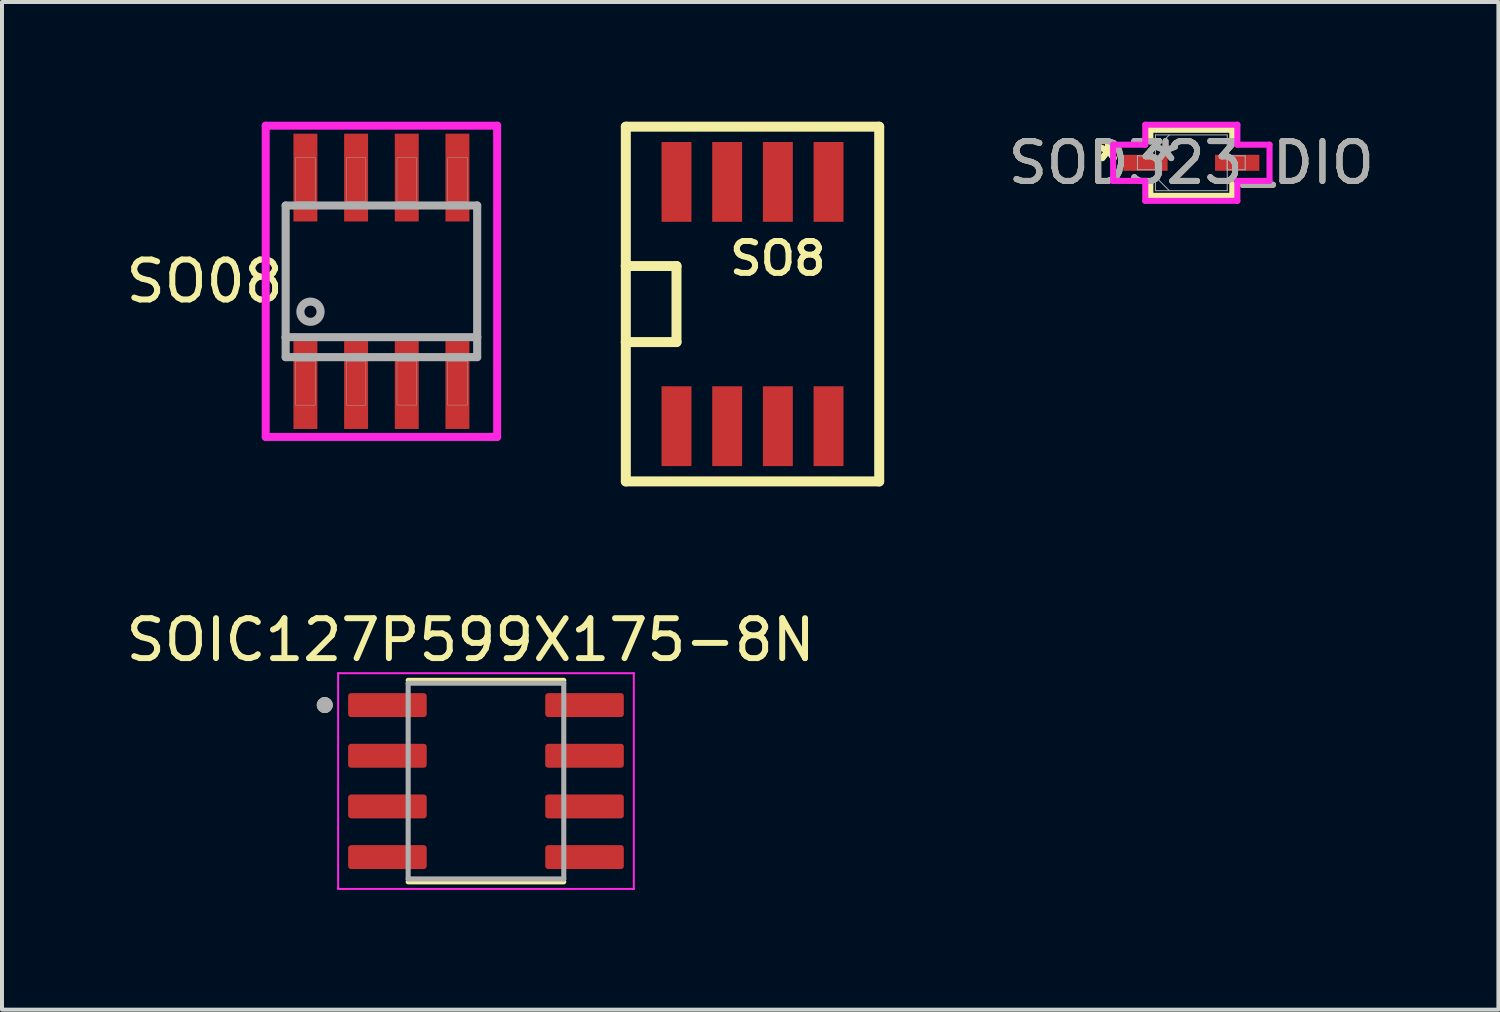
<source format=kicad_pcb>
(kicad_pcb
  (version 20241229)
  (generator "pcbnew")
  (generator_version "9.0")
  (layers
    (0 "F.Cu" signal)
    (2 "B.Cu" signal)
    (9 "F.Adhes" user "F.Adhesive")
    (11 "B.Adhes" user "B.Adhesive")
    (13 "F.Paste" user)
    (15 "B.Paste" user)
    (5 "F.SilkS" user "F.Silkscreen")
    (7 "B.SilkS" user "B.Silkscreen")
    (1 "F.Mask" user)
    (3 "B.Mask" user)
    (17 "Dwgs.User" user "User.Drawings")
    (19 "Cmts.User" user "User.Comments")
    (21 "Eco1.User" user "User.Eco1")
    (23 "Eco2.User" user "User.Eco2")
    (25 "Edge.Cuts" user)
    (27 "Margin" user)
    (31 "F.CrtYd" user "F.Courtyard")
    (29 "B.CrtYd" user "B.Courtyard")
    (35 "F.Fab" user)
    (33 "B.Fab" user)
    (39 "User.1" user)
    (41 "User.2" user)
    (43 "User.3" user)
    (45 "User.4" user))
  (footprint "SOIC127P599X175-8N"
    (layer "F.Cu")
    (at 9.129 16.525)
    (property "Reference" "SOIC127P599X175-8N" (at -0.385 -3.537 0) (layer "F.SilkS") (effects (font (size 1 1) (thickness 0.15))))
    (attr smd)
    (fp_line (start -1.95 -2.525) (end 1.95 -2.525) (stroke (width 0.127) (type solid)) (layer "F.SilkS"))
    (fp_line (start -1.95 2.525) (end 1.95 2.525) (stroke (width 0.127) (type solid)) (layer "F.SilkS"))
    (fp_circle (center -4.04 -1.905) (end -3.94 -1.905) (stroke (width 0.2) (type solid)) (fill no) (layer "F.SilkS"))
    (fp_line (start -3.705 -2.703) (end -3.705 2.703) (stroke (width 0.05) (type solid)) (layer "F.CrtYd"))
    (fp_line (start -3.705 -2.703) (end 3.705 -2.703) (stroke (width 0.05) (type solid)) (layer "F.CrtYd"))
    (fp_line (start -3.705 2.703) (end 3.705 2.703) (stroke (width 0.05) (type solid)) (layer "F.CrtYd"))
    (fp_line (start 3.705 -2.703) (end 3.705 2.703) (stroke (width 0.05) (type solid)) (layer "F.CrtYd"))
    (fp_line (start -1.95 -2.453) (end -1.95 2.453) (stroke (width 0.127) (type solid)) (layer "F.Fab"))
    (fp_line (start -1.95 -2.453) (end 1.95 -2.453) (stroke (width 0.127) (type solid)) (layer "F.Fab"))
    (fp_line (start -1.95 2.453) (end 1.95 2.453) (stroke (width 0.127) (type solid)) (layer "F.Fab"))
    (fp_line (start 1.95 -2.453) (end 1.95 2.453) (stroke (width 0.127) (type solid)) (layer "F.Fab"))
    (fp_circle (center -4.04 -1.905) (end -3.94 -1.905) (stroke (width 0.2) (type solid)) (fill no) (layer "F.Fab"))
    (pad "1" smd roundrect (at -2.47 -1.905) (size 1.97 0.6) (layers "F.Cu" "F.Mask" "F.Paste") (roundrect_rratio 0.125))
    (pad "2" smd roundrect (at -2.47 -0.635) (size 1.97 0.6) (layers "F.Cu" "F.Mask" "F.Paste") (roundrect_rratio 0.125))
    (pad "3" smd roundrect (at -2.47 0.635) (size 1.97 0.6) (layers "F.Cu" "F.Mask" "F.Paste") (roundrect_rratio 0.125))
    (pad "4" smd roundrect (at -2.47 1.905) (size 1.97 0.6) (layers "F.Cu" "F.Mask" "F.Paste") (roundrect_rratio 0.125))
    (pad "5" smd roundrect (at 2.47 1.905) (size 1.97 0.6) (layers "F.Cu" "F.Mask" "F.Paste") (roundrect_rratio 0.125))
    (pad "6" smd roundrect (at 2.47 0.635) (size 1.97 0.6) (layers "F.Cu" "F.Mask" "F.Paste") (roundrect_rratio 0.125))
    (pad "7" smd roundrect (at 2.47 -0.635) (size 1.97 0.6) (layers "F.Cu" "F.Mask" "F.Paste") (roundrect_rratio 0.125))
    (pad "8" smd roundrect (at 2.47 -1.905) (size 1.97 0.6) (layers "F.Cu" "F.Mask" "F.Paste") (roundrect_rratio 0.125)))
  (footprint "SO08"
    (layer "F.Cu")
    (at 6.509 4)
    (property "Reference" "SO08" (at -4.43 0 180) (layer "F.SilkS") (effects (font (size 1.001 1.001) (thickness 0.15))))
    (attr smd)
    (fp_line (start -2.9 -3.9) (end 2.9 -3.9) (stroke (width 0.2) (type solid)) (layer "F.CrtYd"))
    (fp_line (start -2.9 3.9) (end -2.9 -3.9) (stroke (width 0.2) (type solid)) (layer "F.CrtYd"))
    (fp_line (start 2.9 -3.9) (end 2.9 3.9) (stroke (width 0.2) (type solid)) (layer "F.CrtYd"))
    (fp_line (start 2.9 3.9) (end -2.9 3.9) (stroke (width 0.2) (type solid)) (layer "F.CrtYd"))
    (fp_line (start -2.4 -1.9) (end 2.4 -1.9) (stroke (width 0.203) (type solid)) (layer "F.Fab"))
    (fp_line (start -2.4 1.4) (end -2.4 -1.9) (stroke (width 0.203) (type solid)) (layer "F.Fab"))
    (fp_line (start -2.4 1.9) (end -2.4 1.4) (stroke (width 0.203) (type solid)) (layer "F.Fab"))
    (fp_line (start 2.4 -1.9) (end 2.4 1.4) (stroke (width 0.203) (type solid)) (layer "F.Fab"))
    (fp_line (start 2.4 1.4) (end -2.4 1.4) (stroke (width 0.203) (type solid)) (layer "F.Fab"))
    (fp_line (start 2.4 1.4) (end 2.4 1.9) (stroke (width 0.203) (type solid)) (layer "F.Fab"))
    (fp_line (start 2.4 1.9) (end -2.4 1.9) (stroke (width 0.203) (type solid)) (layer "F.Fab"))
    (fp_circle (center -1.778 0.762) (end -1.524 0.762) (stroke (width 0.203) (type solid)) (fill no) (layer "F.Fab"))
    (fp_poly (pts (xy -2.154 -3.1) (xy -1.66 -3.1) (xy -1.66 -2.003) (xy -2.154 -2.003)) (stroke (width 0.01) (type solid)) (fill no) (layer "F.Fab"))
    (fp_poly (pts (xy -2.152 2) (xy -1.66 2) (xy -1.66 3.103) (xy -2.152 3.103)) (stroke (width 0.01) (type solid)) (fill no) (layer "F.Fab"))
    (fp_poly (pts (xy -0.882 2) (xy -0.39 2) (xy -0.39 3.106) (xy -0.882 3.106)) (stroke (width 0.01) (type solid)) (fill no) (layer "F.Fab"))
    (fp_poly (pts (xy -0.881 -3.1) (xy -0.39 -3.1) (xy -0.39 -2.003) (xy -0.881 -2.003)) (stroke (width 0.01) (type solid)) (fill no) (layer "F.Fab"))
    (fp_poly (pts (xy 0.39 -3.1) (xy 0.88 -3.1) (xy 0.88 -2) (xy 0.39 -2)) (stroke (width 0.01) (type solid)) (fill no) (layer "F.Fab"))
    (fp_poly (pts (xy 0.39 2) (xy 0.88 2) (xy 0.88 3.102) (xy 0.39 3.102)) (stroke (width 0.01) (type solid)) (fill no) (layer "F.Fab"))
    (fp_poly (pts (xy 1.661 2) (xy 2.15 2) (xy 2.15 3.102) (xy 1.661 3.102)) (stroke (width 0.01) (type solid)) (fill no) (layer "F.Fab"))
    (fp_poly (pts (xy 1.663 -3.1) (xy 2.15 -3.1) (xy 2.15 -2.003) (xy 1.663 -2.003)) (stroke (width 0.01) (type solid)) (fill no) (layer "F.Fab"))
    (pad "1" smd rect (at -1.905 2.6) (size 0.6 2.2) (layers "F.Cu" "F.Mask" "F.Paste"))
    (pad "2" smd rect (at -0.635 2.6) (size 0.6 2.2) (layers "F.Cu" "F.Mask" "F.Paste"))
    (pad "3" smd rect (at 0.635 2.6) (size 0.6 2.2) (layers "F.Cu" "F.Mask" "F.Paste"))
    (pad "4" smd rect (at 1.905 2.6) (size 0.6 2.2) (layers "F.Cu" "F.Mask" "F.Paste"))
    (pad "5" smd rect (at 1.905 -2.6) (size 0.6 2.2) (layers "F.Cu" "F.Mask" "F.Paste"))
    (pad "6" smd rect (at 0.635 -2.6) (size 0.6 2.2) (layers "F.Cu" "F.Mask" "F.Paste"))
    (pad "7" smd rect (at -0.635 -2.6) (size 0.6 2.2) (layers "F.Cu" "F.Mask" "F.Paste"))
    (pad "8" smd rect (at -1.905 -2.6) (size 0.6 2.2) (layers "F.Cu" "F.Mask" "F.Paste")))
  (footprint "SO8"
    (layer "F.Cu")
    (at 15.809 4.57)
    (property "Reference" "SO8" (at 0.635 -1.143 180) (layer "F.SilkS") (effects (font (size 0.8 0.8) (thickness 0.15))))
    (attr smd)
    (fp_line (start -3.175 -4.445) (end 3.175 -4.445) (stroke (width 0.25) (type solid)) (layer "F.SilkS"))
    (fp_line (start -3.175 -0.953) (end -3.175 -4.445) (stroke (width 0.25) (type solid)) (layer "F.SilkS"))
    (fp_line (start -3.175 -0.953) (end -1.905 -0.953) (stroke (width 0.25) (type solid)) (layer "F.SilkS"))
    (fp_line (start -3.175 0.953) (end -3.175 -0.953) (stroke (width 0.25) (type solid)) (layer "F.SilkS"))
    (fp_line (start -3.175 4.445) (end -3.175 0.953) (stroke (width 0.25) (type solid)) (layer "F.SilkS"))
    (fp_line (start -1.905 -0.953) (end -1.905 0.953) (stroke (width 0.25) (type solid)) (layer "F.SilkS"))
    (fp_line (start -1.905 0.953) (end -3.175 0.953) (stroke (width 0.25) (type solid)) (layer "F.SilkS"))
    (fp_line (start 3.175 -4.445) (end 3.175 4.445) (stroke (width 0.25) (type solid)) (layer "F.SilkS"))
    (fp_line (start 3.175 4.445) (end -3.175 4.445) (stroke (width 0.25) (type solid)) (layer "F.SilkS"))
    (pad "1" smd rect (at -1.905 3.061) (size 0.75 2) (layers "F.Cu" "F.Mask" "F.Paste"))
    (pad "2" smd rect (at -0.635 3.061) (size 0.75 2) (layers "F.Cu" "F.Mask" "F.Paste"))
    (pad "3" smd rect (at 0.635 3.061) (size 0.75 2) (layers "F.Cu" "F.Mask" "F.Paste"))
    (pad "4" smd rect (at 1.905 3.061) (size 0.75 2) (layers "F.Cu" "F.Mask" "F.Paste"))
    (pad "5" smd rect (at 1.905 -3.061) (size 0.75 2) (layers "F.Cu" "F.Mask" "F.Paste"))
    (pad "6" smd rect (at 0.635 -3.061) (size 0.75 2) (layers "F.Cu" "F.Mask" "F.Paste"))
    (pad "7" smd rect (at -0.635 -3.061) (size 0.75 2) (layers "F.Cu" "F.Mask" "F.Paste"))
    (pad "8" smd rect (at -1.905 -3.061) (size 0.75 2) (layers "F.Cu" "F.Mask" "F.Paste")))
  (footprint "SOD323_DIO"
    (layer "F.Cu")
    (at 26.806 1.03)
    (property "Reference" "SOD323_DIO" (at 0 0 0) (unlocked yes) (layer "F.SilkS") (effects (font (size 1 1) (thickness 0.15))))
    (attr smd)
    (fp_line (start -1.027 -0.827) (end -1.027 -0.533) (stroke (width 0.152) (type solid)) (layer "F.SilkS"))
    (fp_line (start -1.027 0.533) (end -1.027 0.827) (stroke (width 0.152) (type solid)) (layer "F.SilkS"))
    (fp_line (start -1.027 0.827) (end 1.027 0.827) (stroke (width 0.152) (type solid)) (layer "F.SilkS"))
    (fp_line (start 1.027 -0.827) (end -1.027 -0.827) (stroke (width 0.152) (type solid)) (layer "F.SilkS"))
    (fp_line (start 1.027 -0.533) (end 1.027 -0.827) (stroke (width 0.152) (type solid)) (layer "F.SilkS"))
    (fp_line (start 1.027 0.827) (end 1.027 0.533) (stroke (width 0.152) (type solid)) (layer "F.SilkS"))
    (fp_line (start -1.96 -0.454) (end -1.154 -0.454) (stroke (width 0.152) (type solid)) (layer "F.CrtYd"))
    (fp_line (start -1.96 0.454) (end -1.96 -0.454) (stroke (width 0.152) (type solid)) (layer "F.CrtYd"))
    (fp_line (start -1.154 -0.954) (end 1.154 -0.954) (stroke (width 0.152) (type solid)) (layer "F.CrtYd"))
    (fp_line (start -1.154 -0.454) (end -1.154 -0.954) (stroke (width 0.152) (type solid)) (layer "F.CrtYd"))
    (fp_line (start -1.154 0.454) (end -1.96 0.454) (stroke (width 0.152) (type solid)) (layer "F.CrtYd"))
    (fp_line (start -1.154 0.954) (end -1.154 0.454) (stroke (width 0.152) (type solid)) (layer "F.CrtYd"))
    (fp_line (start 1.154 -0.954) (end 1.154 -0.454) (stroke (width 0.152) (type solid)) (layer "F.CrtYd"))
    (fp_line (start 1.154 -0.454) (end 1.96 -0.454) (stroke (width 0.152) (type solid)) (layer "F.CrtYd"))
    (fp_line (start 1.154 0.454) (end 1.154 0.954) (stroke (width 0.152) (type solid)) (layer "F.CrtYd"))
    (fp_line (start 1.154 0.954) (end -1.154 0.954) (stroke (width 0.152) (type solid)) (layer "F.CrtYd"))
    (fp_line (start 1.96 -0.454) (end 1.96 0.454) (stroke (width 0.152) (type solid)) (layer "F.CrtYd"))
    (fp_line (start 1.96 0.454) (end 1.154 0.454) (stroke (width 0.152) (type solid)) (layer "F.CrtYd"))
    (fp_line (start -1.35 -0.175) (end -1.35 0.175) (stroke (width 0.025) (type solid)) (layer "F.Fab"))
    (fp_line (start -1.35 0.175) (end -0.9 0.175) (stroke (width 0.025) (type solid)) (layer "F.Fab"))
    (fp_line (start -0.9 -0.7) (end -0.9 0.7) (stroke (width 0.025) (type solid)) (layer "F.Fab"))
    (fp_line (start -0.9 -0.35) (end -0.55 -0.7) (stroke (width 0.025) (type solid)) (layer "F.Fab"))
    (fp_line (start -0.9 -0.175) (end -1.35 -0.175) (stroke (width 0.025) (type solid)) (layer "F.Fab"))
    (fp_line (start -0.9 0.175) (end -0.9 -0.175) (stroke (width 0.025) (type solid)) (layer "F.Fab"))
    (fp_line (start -0.9 0.35) (end -0.55 0.7) (stroke (width 0.025) (type solid)) (layer "F.Fab"))
    (fp_line (start -0.9 0.7) (end 0.9 0.7) (stroke (width 0.025) (type solid)) (layer "F.Fab"))
    (fp_line (start 0.9 -0.7) (end -0.9 -0.7) (stroke (width 0.025) (type solid)) (layer "F.Fab"))
    (fp_line (start 0.9 -0.175) (end 0.9 0.175) (stroke (width 0.025) (type solid)) (layer "F.Fab"))
    (fp_line (start 0.9 0.175) (end 1.35 0.175) (stroke (width 0.025) (type solid)) (layer "F.Fab"))
    (fp_line (start 0.9 0.7) (end 0.9 -0.7) (stroke (width 0.025) (type solid)) (layer "F.Fab"))
    (fp_line (start 1.35 -0.175) (end 0.9 -0.175) (stroke (width 0.025) (type solid)) (layer "F.Fab"))
    (fp_line (start 1.35 0.175) (end 1.35 -0.175) (stroke (width 0.025) (type solid)) (layer "F.Fab"))
    (fp_text user "*" (at -2.087 0 0) (unlocked yes) (layer "F.SilkS") (effects (font (size 1 1) (thickness 0.15))))
    (fp_text user "*" (at -2.087 0 0) (layer "F.SilkS") (effects (font (size 1 1) (thickness 0.15))))
    (fp_text user "*" (at -0.646 0 0) (unlocked yes) (layer "F.Fab") (effects (font (size 1 1) (thickness 0.15))))
    (fp_text user "${REFERENCE}" (at 0 0 0) (unlocked yes) (layer "F.Fab") (effects (font (size 1 1) (thickness 0.15))))
    (fp_text user "*" (at -0.646 0 0) (layer "F.Fab") (effects (font (size 1 1) (thickness 0.15))))
    (pad "1" smd rect (at -1.15 0) (size 1.111 0.401) (layers "F.Cu" "F.Mask" "F.Paste"))
    (pad "2" smd rect (at 1.15 0) (size 1.111 0.401) (layers "F.Cu" "F.Mask" "F.Paste")))
  (gr_rect
    (start -3 -3)
    (end 34.502 22.253)
    (stroke (width 0.1) (type default))
    (fill no)
    (layer "Edge.Cuts")))
</source>
